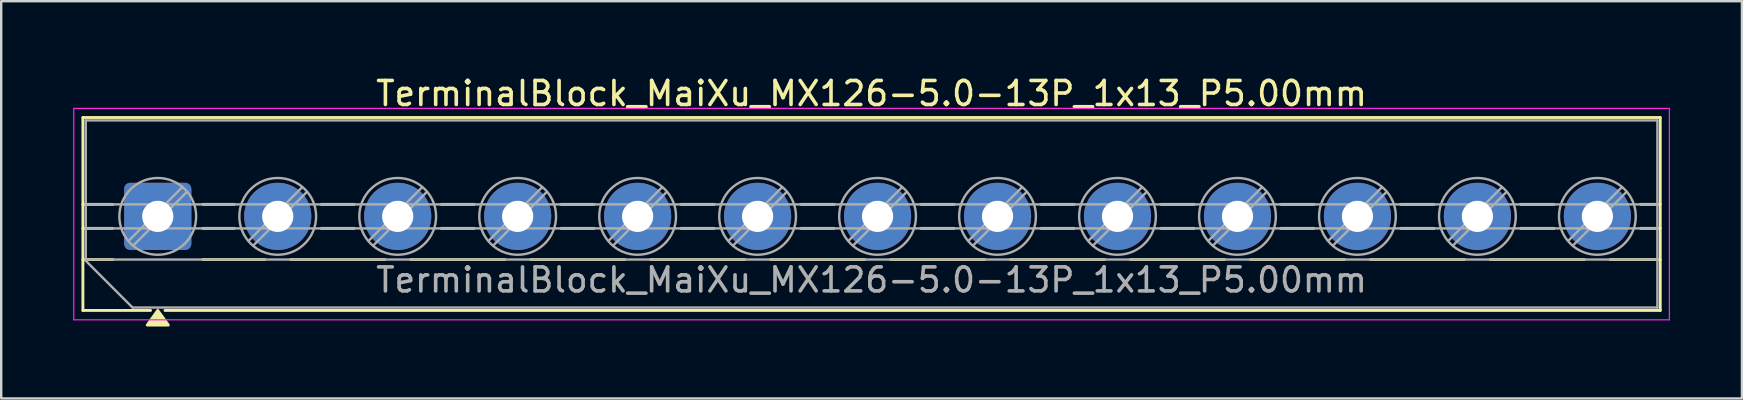
<source format=kicad_pcb>
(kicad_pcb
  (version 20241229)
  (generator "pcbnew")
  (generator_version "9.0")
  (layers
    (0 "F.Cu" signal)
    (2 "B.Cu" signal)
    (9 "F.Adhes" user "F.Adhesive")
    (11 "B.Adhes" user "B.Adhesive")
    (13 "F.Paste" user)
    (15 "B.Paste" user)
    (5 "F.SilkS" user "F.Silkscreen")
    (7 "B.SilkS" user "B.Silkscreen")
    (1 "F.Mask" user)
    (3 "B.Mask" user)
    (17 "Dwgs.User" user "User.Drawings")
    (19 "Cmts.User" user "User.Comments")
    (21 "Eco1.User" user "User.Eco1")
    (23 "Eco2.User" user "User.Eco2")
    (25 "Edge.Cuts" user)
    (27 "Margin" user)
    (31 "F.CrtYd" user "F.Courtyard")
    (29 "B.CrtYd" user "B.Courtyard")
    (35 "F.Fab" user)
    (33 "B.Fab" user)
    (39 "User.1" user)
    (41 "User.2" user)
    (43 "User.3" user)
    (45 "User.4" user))
  (footprint "TerminalBlock_MaiXu_MX126-5.0-13P_1x13_P5.00mm"
    (layer "F.Cu")
    (at 3.525 5.968)
    (property "Reference" "TerminalBlock_MaiXu_MX126-5.0-13P_1x13_P5.00mm" (at 29.75 -5.12 0) (layer "F.SilkS") (effects (font (size 1 1) (thickness 0.15))))
    (attr through_hole)
    (fp_line (start -3.12 -4.12) (end -3.12 3.92) (stroke (width 0.12) (type solid)) (layer "F.SilkS"))
    (fp_line (start -3.12 -4.12) (end 62.62 -4.12) (stroke (width 0.12) (type solid)) (layer "F.SilkS"))
    (fp_line (start -3.12 -0.5) (end -1.88 -0.5) (stroke (width 0.12) (type solid)) (layer "F.SilkS"))
    (fp_line (start -3.12 0.5) (end -1.88 0.5) (stroke (width 0.12) (type solid)) (layer "F.SilkS"))
    (fp_line (start -3.12 1.8) (end -1.88 1.8) (stroke (width 0.12) (type solid)) (layer "F.SilkS"))
    (fp_line (start -3.12 3.92) (end -0.3 3.92) (stroke (width 0.12) (type solid)) (layer "F.SilkS"))
    (fp_line (start 0.3 3.92) (end 62.62 3.92) (stroke (width 0.12) (type solid)) (layer "F.SilkS"))
    (fp_line (start 1.88 -0.5) (end 3.188 -0.5) (stroke (width 0.12) (type solid)) (layer "F.SilkS"))
    (fp_line (start 1.88 0.5) (end 3.188 0.5) (stroke (width 0.12) (type solid)) (layer "F.SilkS"))
    (fp_line (start 1.88 1.8) (end 4.457 1.8) (stroke (width 0.12) (type solid)) (layer "F.SilkS"))
    (fp_line (start 5.543 1.8) (end 9.457 1.8) (stroke (width 0.12) (type solid)) (layer "F.SilkS"))
    (fp_line (start 6.812 -0.5) (end 8.188 -0.5) (stroke (width 0.12) (type solid)) (layer "F.SilkS"))
    (fp_line (start 6.812 0.5) (end 8.188 0.5) (stroke (width 0.12) (type solid)) (layer "F.SilkS"))
    (fp_line (start 10.543 1.8) (end 14.457 1.8) (stroke (width 0.12) (type solid)) (layer "F.SilkS"))
    (fp_line (start 11.812 -0.5) (end 13.188 -0.5) (stroke (width 0.12) (type solid)) (layer "F.SilkS"))
    (fp_line (start 11.812 0.5) (end 13.188 0.5) (stroke (width 0.12) (type solid)) (layer "F.SilkS"))
    (fp_line (start 15.543 1.8) (end 19.457 1.8) (stroke (width 0.12) (type solid)) (layer "F.SilkS"))
    (fp_line (start 16.812 -0.5) (end 18.188 -0.5) (stroke (width 0.12) (type solid)) (layer "F.SilkS"))
    (fp_line (start 16.812 0.5) (end 18.188 0.5) (stroke (width 0.12) (type solid)) (layer "F.SilkS"))
    (fp_line (start 20.543 1.8) (end 24.457 1.8) (stroke (width 0.12) (type solid)) (layer "F.SilkS"))
    (fp_line (start 21.812 -0.5) (end 23.188 -0.5) (stroke (width 0.12) (type solid)) (layer "F.SilkS"))
    (fp_line (start 21.812 0.5) (end 23.188 0.5) (stroke (width 0.12) (type solid)) (layer "F.SilkS"))
    (fp_line (start 25.543 1.8) (end 29.457 1.8) (stroke (width 0.12) (type solid)) (layer "F.SilkS"))
    (fp_line (start 26.812 -0.5) (end 28.188 -0.5) (stroke (width 0.12) (type solid)) (layer "F.SilkS"))
    (fp_line (start 26.812 0.5) (end 28.188 0.5) (stroke (width 0.12) (type solid)) (layer "F.SilkS"))
    (fp_line (start 30.543 1.8) (end 34.457 1.8) (stroke (width 0.12) (type solid)) (layer "F.SilkS"))
    (fp_line (start 31.812 -0.5) (end 33.188 -0.5) (stroke (width 0.12) (type solid)) (layer "F.SilkS"))
    (fp_line (start 31.812 0.5) (end 33.188 0.5) (stroke (width 0.12) (type solid)) (layer "F.SilkS"))
    (fp_line (start 35.543 1.8) (end 39.457 1.8) (stroke (width 0.12) (type solid)) (layer "F.SilkS"))
    (fp_line (start 36.812 -0.5) (end 38.188 -0.5) (stroke (width 0.12) (type solid)) (layer "F.SilkS"))
    (fp_line (start 36.812 0.5) (end 38.188 0.5) (stroke (width 0.12) (type solid)) (layer "F.SilkS"))
    (fp_line (start 40.543 1.8) (end 44.457 1.8) (stroke (width 0.12) (type solid)) (layer "F.SilkS"))
    (fp_line (start 41.812 -0.5) (end 43.188 -0.5) (stroke (width 0.12) (type solid)) (layer "F.SilkS"))
    (fp_line (start 41.812 0.5) (end 43.188 0.5) (stroke (width 0.12) (type solid)) (layer "F.SilkS"))
    (fp_line (start 45.543 1.8) (end 49.457 1.8) (stroke (width 0.12) (type solid)) (layer "F.SilkS"))
    (fp_line (start 46.812 -0.5) (end 48.188 -0.5) (stroke (width 0.12) (type solid)) (layer "F.SilkS"))
    (fp_line (start 46.812 0.5) (end 48.188 0.5) (stroke (width 0.12) (type solid)) (layer "F.SilkS"))
    (fp_line (start 50.543 1.8) (end 54.457 1.8) (stroke (width 0.12) (type solid)) (layer "F.SilkS"))
    (fp_line (start 51.812 -0.5) (end 53.188 -0.5) (stroke (width 0.12) (type solid)) (layer "F.SilkS"))
    (fp_line (start 51.812 0.5) (end 53.188 0.5) (stroke (width 0.12) (type solid)) (layer "F.SilkS"))
    (fp_line (start 55.543 1.8) (end 59.457 1.8) (stroke (width 0.12) (type solid)) (layer "F.SilkS"))
    (fp_line (start 56.812 -0.5) (end 58.188 -0.5) (stroke (width 0.12) (type solid)) (layer "F.SilkS"))
    (fp_line (start 56.812 0.5) (end 58.188 0.5) (stroke (width 0.12) (type solid)) (layer "F.SilkS"))
    (fp_line (start 60.543 1.8) (end 62.62 1.8) (stroke (width 0.12) (type solid)) (layer "F.SilkS"))
    (fp_line (start 61.812 -0.5) (end 62.62 -0.5) (stroke (width 0.12) (type solid)) (layer "F.SilkS"))
    (fp_line (start 61.812 0.5) (end 62.62 0.5) (stroke (width 0.12) (type solid)) (layer "F.SilkS"))
    (fp_line (start 62.62 -4.12) (end 62.62 3.92) (stroke (width 0.12) (type solid)) (layer "F.SilkS"))
    (fp_poly (pts (xy 0 3.92) (xy 0.44 4.53) (xy -0.44 4.53)) (stroke (width 0.12) (type solid)) (fill yes) (layer "F.SilkS"))
    (fp_line (start -3.5 -4.5) (end -3.5 4.31) (stroke (width 0.05) (type solid)) (layer "F.CrtYd"))
    (fp_line (start -3.5 4.31) (end 63 4.31) (stroke (width 0.05) (type solid)) (layer "F.CrtYd"))
    (fp_line (start 63 -4.5) (end -3.5 -4.5) (stroke (width 0.05) (type solid)) (layer "F.CrtYd"))
    (fp_line (start 63 4.31) (end 63 -4.5) (stroke (width 0.05) (type solid)) (layer "F.CrtYd"))
    (fp_line (start -3 -4) (end 62.5 -4) (stroke (width 0.1) (type solid)) (layer "F.Fab"))
    (fp_line (start -3 -0.5) (end 62.5 -0.5) (stroke (width 0.1) (type solid)) (layer "F.Fab"))
    (fp_line (start -3 0.5) (end 62.5 0.5) (stroke (width 0.1) (type solid)) (layer "F.Fab"))
    (fp_line (start -3 1.8) (end 62.5 1.8) (stroke (width 0.1) (type solid)) (layer "F.Fab"))
    (fp_line (start -3 1.85) (end -3 -4) (stroke (width 0.1) (type solid)) (layer "F.Fab"))
    (fp_line (start -1.05 3.8) (end -3 1.85) (stroke (width 0.1) (type solid)) (layer "F.Fab"))
    (fp_line (start 1.018 -1.213) (end -1.213 1.018) (stroke (width 0.1) (type solid)) (layer "F.Fab"))
    (fp_line (start 1.213 -1.018) (end -1.018 1.213) (stroke (width 0.1) (type solid)) (layer "F.Fab"))
    (fp_line (start 6.018 -1.213) (end 3.787 1.018) (stroke (width 0.1) (type solid)) (layer "F.Fab"))
    (fp_line (start 6.213 -1.018) (end 3.982 1.213) (stroke (width 0.1) (type solid)) (layer "F.Fab"))
    (fp_line (start 11.018 -1.213) (end 8.787 1.018) (stroke (width 0.1) (type solid)) (layer "F.Fab"))
    (fp_line (start 11.213 -1.018) (end 8.982 1.213) (stroke (width 0.1) (type solid)) (layer "F.Fab"))
    (fp_line (start 16.018 -1.213) (end 13.787 1.018) (stroke (width 0.1) (type solid)) (layer "F.Fab"))
    (fp_line (start 16.213 -1.018) (end 13.982 1.213) (stroke (width 0.1) (type solid)) (layer "F.Fab"))
    (fp_line (start 21.018 -1.213) (end 18.787 1.018) (stroke (width 0.1) (type solid)) (layer "F.Fab"))
    (fp_line (start 21.213 -1.018) (end 18.982 1.213) (stroke (width 0.1) (type solid)) (layer "F.Fab"))
    (fp_line (start 26.018 -1.213) (end 23.787 1.018) (stroke (width 0.1) (type solid)) (layer "F.Fab"))
    (fp_line (start 26.213 -1.018) (end 23.982 1.213) (stroke (width 0.1) (type solid)) (layer "F.Fab"))
    (fp_line (start 31.018 -1.213) (end 28.787 1.018) (stroke (width 0.1) (type solid)) (layer "F.Fab"))
    (fp_line (start 31.213 -1.018) (end 28.982 1.213) (stroke (width 0.1) (type solid)) (layer "F.Fab"))
    (fp_line (start 36.018 -1.213) (end 33.787 1.018) (stroke (width 0.1) (type solid)) (layer "F.Fab"))
    (fp_line (start 36.213 -1.018) (end 33.982 1.213) (stroke (width 0.1) (type solid)) (layer "F.Fab"))
    (fp_line (start 41.018 -1.213) (end 38.787 1.018) (stroke (width 0.1) (type solid)) (layer "F.Fab"))
    (fp_line (start 41.213 -1.018) (end 38.982 1.213) (stroke (width 0.1) (type solid)) (layer "F.Fab"))
    (fp_line (start 46.018 -1.213) (end 43.787 1.018) (stroke (width 0.1) (type solid)) (layer "F.Fab"))
    (fp_line (start 46.213 -1.018) (end 43.982 1.213) (stroke (width 0.1) (type solid)) (layer "F.Fab"))
    (fp_line (start 51.018 -1.213) (end 48.787 1.018) (stroke (width 0.1) (type solid)) (layer "F.Fab"))
    (fp_line (start 51.213 -1.018) (end 48.982 1.213) (stroke (width 0.1) (type solid)) (layer "F.Fab"))
    (fp_line (start 56.018 -1.213) (end 53.787 1.018) (stroke (width 0.1) (type solid)) (layer "F.Fab"))
    (fp_line (start 56.213 -1.018) (end 53.982 1.213) (stroke (width 0.1) (type solid)) (layer "F.Fab"))
    (fp_line (start 61.018 -1.213) (end 58.787 1.018) (stroke (width 0.1) (type solid)) (layer "F.Fab"))
    (fp_line (start 61.213 -1.018) (end 58.982 1.213) (stroke (width 0.1) (type solid)) (layer "F.Fab"))
    (fp_line (start 62.5 -4) (end 62.5 3.8) (stroke (width 0.1) (type solid)) (layer "F.Fab"))
    (fp_line (start 62.5 3.8) (end -1.05 3.8) (stroke (width 0.1) (type solid)) (layer "F.Fab"))
    (fp_circle (center 0 0) (end 1.6 0) (stroke (width 0.1) (type solid)) (fill no) (layer "F.Fab"))
    (fp_circle (center 5 0) (end 6.6 0) (stroke (width 0.1) (type solid)) (fill no) (layer "F.Fab"))
    (fp_circle (center 10 0) (end 11.6 0) (stroke (width 0.1) (type solid)) (fill no) (layer "F.Fab"))
    (fp_circle (center 15 0) (end 16.6 0) (stroke (width 0.1) (type solid)) (fill no) (layer "F.Fab"))
    (fp_circle (center 20 0) (end 21.6 0) (stroke (width 0.1) (type solid)) (fill no) (layer "F.Fab"))
    (fp_circle (center 25 0) (end 26.6 0) (stroke (width 0.1) (type solid)) (fill no) (layer "F.Fab"))
    (fp_circle (center 30 0) (end 31.6 0) (stroke (width 0.1) (type solid)) (fill no) (layer "F.Fab"))
    (fp_circle (center 35 0) (end 36.6 0) (stroke (width 0.1) (type solid)) (fill no) (layer "F.Fab"))
    (fp_circle (center 40 0) (end 41.6 0) (stroke (width 0.1) (type solid)) (fill no) (layer "F.Fab"))
    (fp_circle (center 45 0) (end 46.6 0) (stroke (width 0.1) (type solid)) (fill no) (layer "F.Fab"))
    (fp_circle (center 50 0) (end 51.6 0) (stroke (width 0.1) (type solid)) (fill no) (layer "F.Fab"))
    (fp_circle (center 55 0) (end 56.6 0) (stroke (width 0.1) (type solid)) (fill no) (layer "F.Fab"))
    (fp_circle (center 60 0) (end 61.6 0) (stroke (width 0.1) (type solid)) (fill no) (layer "F.Fab"))
    (fp_text user "${REFERENCE}" (at 29.75 2.65 0) (layer "F.Fab") (effects (font (size 1 1) (thickness 0.15))))
    (pad "1" thru_hole roundrect (at 0 0) (size 2.8 2.8) (drill 1.3) (layers "*.Cu" "*.Mask") (roundrect_rratio 0.089))
    (pad "2" thru_hole circle (at 5 0) (size 2.8 2.8) (drill 1.3) (layers "*.Cu" "*.Mask"))
    (pad "3" thru_hole circle (at 10 0) (size 2.8 2.8) (drill 1.3) (layers "*.Cu" "*.Mask"))
    (pad "4" thru_hole circle (at 15 0) (size 2.8 2.8) (drill 1.3) (layers "*.Cu" "*.Mask"))
    (pad "5" thru_hole circle (at 20 0) (size 2.8 2.8) (drill 1.3) (layers "*.Cu" "*.Mask"))
    (pad "6" thru_hole circle (at 25 0) (size 2.8 2.8) (drill 1.3) (layers "*.Cu" "*.Mask"))
    (pad "7" thru_hole circle (at 30 0) (size 2.8 2.8) (drill 1.3) (layers "*.Cu" "*.Mask"))
    (pad "8" thru_hole circle (at 35 0) (size 2.8 2.8) (drill 1.3) (layers "*.Cu" "*.Mask"))
    (pad "9" thru_hole circle (at 40 0) (size 2.8 2.8) (drill 1.3) (layers "*.Cu" "*.Mask"))
    (pad "10" thru_hole circle (at 45 0) (size 2.8 2.8) (drill 1.3) (layers "*.Cu" "*.Mask"))
    (pad "11" thru_hole circle (at 50 0) (size 2.8 2.8) (drill 1.3) (layers "*.Cu" "*.Mask"))
    (pad "12" thru_hole circle (at 55 0) (size 2.8 2.8) (drill 1.3) (layers "*.Cu" "*.Mask"))
    (pad "13" thru_hole circle (at 60 0) (size 2.8 2.8) (drill 1.3) (layers "*.Cu" "*.Mask")))
  (gr_rect
    (start -3 -3)
    (end 69.55 13.558)
    (stroke (width 0.1) (type default))
    (fill no)
    (layer "Edge.Cuts")))
</source>
